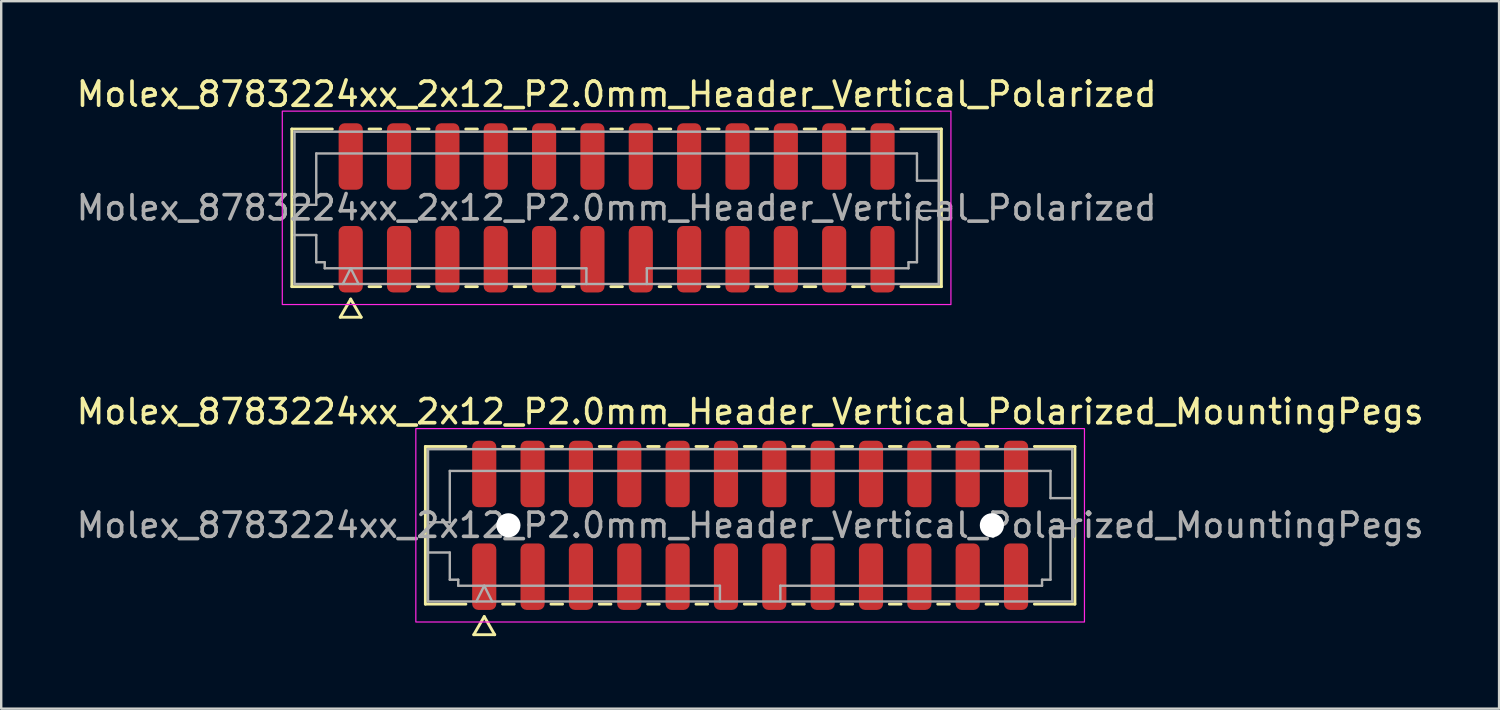
<source format=kicad_pcb>
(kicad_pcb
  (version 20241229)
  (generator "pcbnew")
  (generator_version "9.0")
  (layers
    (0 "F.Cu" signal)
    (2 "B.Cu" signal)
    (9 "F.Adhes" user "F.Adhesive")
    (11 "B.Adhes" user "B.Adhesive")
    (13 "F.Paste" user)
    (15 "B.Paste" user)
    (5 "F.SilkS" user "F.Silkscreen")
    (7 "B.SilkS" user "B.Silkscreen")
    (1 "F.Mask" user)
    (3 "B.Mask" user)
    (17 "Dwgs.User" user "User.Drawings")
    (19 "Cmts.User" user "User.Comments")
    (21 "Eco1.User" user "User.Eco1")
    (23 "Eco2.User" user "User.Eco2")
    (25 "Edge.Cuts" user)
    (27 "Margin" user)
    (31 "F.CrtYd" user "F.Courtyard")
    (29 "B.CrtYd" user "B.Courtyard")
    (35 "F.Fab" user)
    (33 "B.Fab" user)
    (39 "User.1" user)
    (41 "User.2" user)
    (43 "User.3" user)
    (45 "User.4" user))
  (footprint "Molex_8783224xx_2x12_P2.0mm_Header_Vertical_Polarized_MountingPegs"
    (layer "F.Cu")
    (at 27.982 18.681)
    (property "Reference" "Molex_8783224xx_2x12_P2.0mm_Header_Vertical_Polarized_MountingPegs" (at 0 -4.7 0) (layer "F.SilkS") (effects (font (size 1 1) (thickness 0.15))))
    (attr smd)
    (fp_line (start -13.435 -3.26) (end -11.76 -3.26) (stroke (width 0.12) (type solid)) (layer "F.SilkS"))
    (fp_line (start -13.435 3.26) (end -13.435 -3.26) (stroke (width 0.12) (type solid)) (layer "F.SilkS"))
    (fp_line (start -11.76 3.26) (end -13.435 3.26) (stroke (width 0.12) (type solid)) (layer "F.SilkS"))
    (fp_line (start -11.433 4.525) (end -11 3.775) (stroke (width 0.12) (type solid)) (layer "F.SilkS"))
    (fp_line (start -11 3.775) (end -10.567 4.525) (stroke (width 0.12) (type solid)) (layer "F.SilkS"))
    (fp_line (start -10.567 4.525) (end -11.433 4.525) (stroke (width 0.12) (type solid)) (layer "F.SilkS"))
    (fp_line (start -10.24 -3.26) (end -9.76 -3.26) (stroke (width 0.12) (type solid)) (layer "F.SilkS"))
    (fp_line (start -9.76 3.26) (end -10.24 3.26) (stroke (width 0.12) (type solid)) (layer "F.SilkS"))
    (fp_line (start -8.24 -3.26) (end -7.76 -3.26) (stroke (width 0.12) (type solid)) (layer "F.SilkS"))
    (fp_line (start -7.76 3.26) (end -8.24 3.26) (stroke (width 0.12) (type solid)) (layer "F.SilkS"))
    (fp_line (start -6.24 -3.26) (end -5.76 -3.26) (stroke (width 0.12) (type solid)) (layer "F.SilkS"))
    (fp_line (start -5.76 3.26) (end -6.24 3.26) (stroke (width 0.12) (type solid)) (layer "F.SilkS"))
    (fp_line (start -4.24 -3.26) (end -3.76 -3.26) (stroke (width 0.12) (type solid)) (layer "F.SilkS"))
    (fp_line (start -3.76 3.26) (end -4.24 3.26) (stroke (width 0.12) (type solid)) (layer "F.SilkS"))
    (fp_line (start -2.24 -3.26) (end -1.76 -3.26) (stroke (width 0.12) (type solid)) (layer "F.SilkS"))
    (fp_line (start -1.76 3.26) (end -2.24 3.26) (stroke (width 0.12) (type solid)) (layer "F.SilkS"))
    (fp_line (start -0.24 -3.26) (end 0.24 -3.26) (stroke (width 0.12) (type solid)) (layer "F.SilkS"))
    (fp_line (start 0.24 3.26) (end -0.24 3.26) (stroke (width 0.12) (type solid)) (layer "F.SilkS"))
    (fp_line (start 1.76 -3.26) (end 2.24 -3.26) (stroke (width 0.12) (type solid)) (layer "F.SilkS"))
    (fp_line (start 2.24 3.26) (end 1.76 3.26) (stroke (width 0.12) (type solid)) (layer "F.SilkS"))
    (fp_line (start 3.76 -3.26) (end 4.24 -3.26) (stroke (width 0.12) (type solid)) (layer "F.SilkS"))
    (fp_line (start 4.24 3.26) (end 3.76 3.26) (stroke (width 0.12) (type solid)) (layer "F.SilkS"))
    (fp_line (start 5.76 -3.26) (end 6.24 -3.26) (stroke (width 0.12) (type solid)) (layer "F.SilkS"))
    (fp_line (start 6.24 3.26) (end 5.76 3.26) (stroke (width 0.12) (type solid)) (layer "F.SilkS"))
    (fp_line (start 7.76 -3.26) (end 8.24 -3.26) (stroke (width 0.12) (type solid)) (layer "F.SilkS"))
    (fp_line (start 8.24 3.26) (end 7.76 3.26) (stroke (width 0.12) (type solid)) (layer "F.SilkS"))
    (fp_line (start 9.76 -3.26) (end 10.24 -3.26) (stroke (width 0.12) (type solid)) (layer "F.SilkS"))
    (fp_line (start 10.24 3.26) (end 9.76 3.26) (stroke (width 0.12) (type solid)) (layer "F.SilkS"))
    (fp_line (start 11.76 -3.26) (end 13.435 -3.26) (stroke (width 0.12) (type solid)) (layer "F.SilkS"))
    (fp_line (start 13.435 -3.26) (end 13.435 3.26) (stroke (width 0.12) (type solid)) (layer "F.SilkS"))
    (fp_line (start 13.435 3.26) (end 11.76 3.26) (stroke (width 0.12) (type solid)) (layer "F.SilkS"))
    (fp_rect (start -13.83 -4) (end 13.83 4) (stroke (width 0.05) (type solid)) (fill no) (layer "F.CrtYd"))
    (fp_line (start -13.325 -3.15) (end 13.325 -3.15) (stroke (width 0.1) (type solid)) (layer "F.Fab"))
    (fp_line (start -13.325 -0.125) (end -12.425 -0.125) (stroke (width 0.1) (type solid)) (layer "F.Fab"))
    (fp_line (start -13.325 1.125) (end -12.425 1.125) (stroke (width 0.1) (type solid)) (layer "F.Fab"))
    (fp_line (start -13.325 3.15) (end -13.325 -3.15) (stroke (width 0.1) (type solid)) (layer "F.Fab"))
    (fp_line (start -12.425 -2.25) (end 12.425 -2.25) (stroke (width 0.1) (type solid)) (layer "F.Fab"))
    (fp_line (start -12.425 -0.125) (end -12.425 -2.25) (stroke (width 0.1) (type solid)) (layer "F.Fab"))
    (fp_line (start -12.425 1.125) (end -12.425 2.25) (stroke (width 0.1) (type solid)) (layer "F.Fab"))
    (fp_line (start -12.425 2.25) (end -12.075 2.25) (stroke (width 0.1) (type solid)) (layer "F.Fab"))
    (fp_line (start -12.075 2.25) (end -12.075 2.5) (stroke (width 0.1) (type solid)) (layer "F.Fab"))
    (fp_line (start -12.075 2.5) (end -1.25 2.5) (stroke (width 0.1) (type solid)) (layer "F.Fab"))
    (fp_line (start -11.325 3.15) (end -11 2.5) (stroke (width 0.1) (type solid)) (layer "F.Fab"))
    (fp_line (start -11 2.5) (end -10.675 3.15) (stroke (width 0.1) (type solid)) (layer "F.Fab"))
    (fp_line (start -1.25 2.5) (end -1.25 3.15) (stroke (width 0.1) (type solid)) (layer "F.Fab"))
    (fp_line (start 1.25 2.5) (end 1.25 3.15) (stroke (width 0.1) (type solid)) (layer "F.Fab"))
    (fp_line (start 1.25 2.5) (end 12.075 2.5) (stroke (width 0.1) (type solid)) (layer "F.Fab"))
    (fp_line (start 12.075 2.25) (end 12.425 2.25) (stroke (width 0.1) (type solid)) (layer "F.Fab"))
    (fp_line (start 12.075 2.5) (end 12.075 2.25) (stroke (width 0.1) (type solid)) (layer "F.Fab"))
    (fp_line (start 12.425 -2.25) (end 12.425 -1.125) (stroke (width 0.1) (type solid)) (layer "F.Fab"))
    (fp_line (start 12.425 -1.125) (end 13.325 -1.125) (stroke (width 0.1) (type solid)) (layer "F.Fab"))
    (fp_line (start 12.425 0.125) (end 13.325 0.125) (stroke (width 0.1) (type solid)) (layer "F.Fab"))
    (fp_line (start 12.425 2.25) (end 12.425 0.125) (stroke (width 0.1) (type solid)) (layer "F.Fab"))
    (fp_line (start 13.325 -3.15) (end 13.325 3.15) (stroke (width 0.1) (type solid)) (layer "F.Fab"))
    (fp_line (start 13.325 3.15) (end -13.325 3.15) (stroke (width 0.1) (type solid)) (layer "F.Fab"))
    (fp_text user "${REFERENCE}" (at 0 0 0) (layer "F.Fab") (effects (font (size 1 1) (thickness 0.15))))
    (pad "" np_thru_hole circle (at -10 0) (size 1 1) (drill 1) (layers "*.Cu" "*.Mask"))
    (pad "" np_thru_hole circle (at 10 0) (size 1 1) (drill 1) (layers "*.Cu" "*.Mask"))
    (pad "1" smd roundrect (at -11 2.125) (size 1 2.75) (layers "F.Cu" "F.Mask" "F.Paste") (roundrect_rratio 0.25))
    (pad "2" smd roundrect (at -11 -2.125) (size 1 2.75) (layers "F.Cu" "F.Mask" "F.Paste") (roundrect_rratio 0.25))
    (pad "3" smd roundrect (at -9 2.125) (size 1 2.75) (layers "F.Cu" "F.Mask" "F.Paste") (roundrect_rratio 0.25))
    (pad "4" smd roundrect (at -9 -2.125) (size 1 2.75) (layers "F.Cu" "F.Mask" "F.Paste") (roundrect_rratio 0.25))
    (pad "5" smd roundrect (at -7 2.125) (size 1 2.75) (layers "F.Cu" "F.Mask" "F.Paste") (roundrect_rratio 0.25))
    (pad "6" smd roundrect (at -7 -2.125) (size 1 2.75) (layers "F.Cu" "F.Mask" "F.Paste") (roundrect_rratio 0.25))
    (pad "7" smd roundrect (at -5 2.125) (size 1 2.75) (layers "F.Cu" "F.Mask" "F.Paste") (roundrect_rratio 0.25))
    (pad "8" smd roundrect (at -5 -2.125) (size 1 2.75) (layers "F.Cu" "F.Mask" "F.Paste") (roundrect_rratio 0.25))
    (pad "9" smd roundrect (at -3 2.125) (size 1 2.75) (layers "F.Cu" "F.Mask" "F.Paste") (roundrect_rratio 0.25))
    (pad "10" smd roundrect (at -3 -2.125) (size 1 2.75) (layers "F.Cu" "F.Mask" "F.Paste") (roundrect_rratio 0.25))
    (pad "11" smd roundrect (at -1 2.125) (size 1 2.75) (layers "F.Cu" "F.Mask" "F.Paste") (roundrect_rratio 0.25))
    (pad "12" smd roundrect (at -1 -2.125) (size 1 2.75) (layers "F.Cu" "F.Mask" "F.Paste") (roundrect_rratio 0.25))
    (pad "13" smd roundrect (at 1 2.125) (size 1 2.75) (layers "F.Cu" "F.Mask" "F.Paste") (roundrect_rratio 0.25))
    (pad "14" smd roundrect (at 1 -2.125) (size 1 2.75) (layers "F.Cu" "F.Mask" "F.Paste") (roundrect_rratio 0.25))
    (pad "15" smd roundrect (at 3 2.125) (size 1 2.75) (layers "F.Cu" "F.Mask" "F.Paste") (roundrect_rratio 0.25))
    (pad "16" smd roundrect (at 3 -2.125) (size 1 2.75) (layers "F.Cu" "F.Mask" "F.Paste") (roundrect_rratio 0.25))
    (pad "17" smd roundrect (at 5 2.125) (size 1 2.75) (layers "F.Cu" "F.Mask" "F.Paste") (roundrect_rratio 0.25))
    (pad "18" smd roundrect (at 5 -2.125) (size 1 2.75) (layers "F.Cu" "F.Mask" "F.Paste") (roundrect_rratio 0.25))
    (pad "19" smd roundrect (at 7 2.125) (size 1 2.75) (layers "F.Cu" "F.Mask" "F.Paste") (roundrect_rratio 0.25))
    (pad "20" smd roundrect (at 7 -2.125) (size 1 2.75) (layers "F.Cu" "F.Mask" "F.Paste") (roundrect_rratio 0.25))
    (pad "21" smd roundrect (at 9 2.125) (size 1 2.75) (layers "F.Cu" "F.Mask" "F.Paste") (roundrect_rratio 0.25))
    (pad "22" smd roundrect (at 9 -2.125) (size 1 2.75) (layers "F.Cu" "F.Mask" "F.Paste") (roundrect_rratio 0.25))
    (pad "23" smd roundrect (at 11 2.125) (size 1 2.75) (layers "F.Cu" "F.Mask" "F.Paste") (roundrect_rratio 0.25))
    (pad "24" smd roundrect (at 11 -2.125) (size 1 2.75) (layers "F.Cu" "F.Mask" "F.Paste") (roundrect_rratio 0.25)))
  (footprint "Molex_8783224xx_2x12_P2.0mm_Header_Vertical_Polarized"
    (layer "F.Cu")
    (at 22.458 5.548)
    (property "Reference" "Molex_8783224xx_2x12_P2.0mm_Header_Vertical_Polarized" (at 0 -4.7 0) (layer "F.SilkS") (effects (font (size 1 1) (thickness 0.15))))
    (attr smd)
    (fp_line (start -13.435 -3.26) (end -11.76 -3.26) (stroke (width 0.12) (type solid)) (layer "F.SilkS"))
    (fp_line (start -13.435 3.26) (end -13.435 -3.26) (stroke (width 0.12) (type solid)) (layer "F.SilkS"))
    (fp_line (start -11.76 3.26) (end -13.435 3.26) (stroke (width 0.12) (type solid)) (layer "F.SilkS"))
    (fp_line (start -11.433 4.525) (end -11 3.775) (stroke (width 0.12) (type solid)) (layer "F.SilkS"))
    (fp_line (start -11 3.775) (end -10.567 4.525) (stroke (width 0.12) (type solid)) (layer "F.SilkS"))
    (fp_line (start -10.567 4.525) (end -11.433 4.525) (stroke (width 0.12) (type solid)) (layer "F.SilkS"))
    (fp_line (start -10.24 -3.26) (end -9.76 -3.26) (stroke (width 0.12) (type solid)) (layer "F.SilkS"))
    (fp_line (start -9.76 3.26) (end -10.24 3.26) (stroke (width 0.12) (type solid)) (layer "F.SilkS"))
    (fp_line (start -8.24 -3.26) (end -7.76 -3.26) (stroke (width 0.12) (type solid)) (layer "F.SilkS"))
    (fp_line (start -7.76 3.26) (end -8.24 3.26) (stroke (width 0.12) (type solid)) (layer "F.SilkS"))
    (fp_line (start -6.24 -3.26) (end -5.76 -3.26) (stroke (width 0.12) (type solid)) (layer "F.SilkS"))
    (fp_line (start -5.76 3.26) (end -6.24 3.26) (stroke (width 0.12) (type solid)) (layer "F.SilkS"))
    (fp_line (start -4.24 -3.26) (end -3.76 -3.26) (stroke (width 0.12) (type solid)) (layer "F.SilkS"))
    (fp_line (start -3.76 3.26) (end -4.24 3.26) (stroke (width 0.12) (type solid)) (layer "F.SilkS"))
    (fp_line (start -2.24 -3.26) (end -1.76 -3.26) (stroke (width 0.12) (type solid)) (layer "F.SilkS"))
    (fp_line (start -1.76 3.26) (end -2.24 3.26) (stroke (width 0.12) (type solid)) (layer "F.SilkS"))
    (fp_line (start -0.24 -3.26) (end 0.24 -3.26) (stroke (width 0.12) (type solid)) (layer "F.SilkS"))
    (fp_line (start 0.24 3.26) (end -0.24 3.26) (stroke (width 0.12) (type solid)) (layer "F.SilkS"))
    (fp_line (start 1.76 -3.26) (end 2.24 -3.26) (stroke (width 0.12) (type solid)) (layer "F.SilkS"))
    (fp_line (start 2.24 3.26) (end 1.76 3.26) (stroke (width 0.12) (type solid)) (layer "F.SilkS"))
    (fp_line (start 3.76 -3.26) (end 4.24 -3.26) (stroke (width 0.12) (type solid)) (layer "F.SilkS"))
    (fp_line (start 4.24 3.26) (end 3.76 3.26) (stroke (width 0.12) (type solid)) (layer "F.SilkS"))
    (fp_line (start 5.76 -3.26) (end 6.24 -3.26) (stroke (width 0.12) (type solid)) (layer "F.SilkS"))
    (fp_line (start 6.24 3.26) (end 5.76 3.26) (stroke (width 0.12) (type solid)) (layer "F.SilkS"))
    (fp_line (start 7.76 -3.26) (end 8.24 -3.26) (stroke (width 0.12) (type solid)) (layer "F.SilkS"))
    (fp_line (start 8.24 3.26) (end 7.76 3.26) (stroke (width 0.12) (type solid)) (layer "F.SilkS"))
    (fp_line (start 9.76 -3.26) (end 10.24 -3.26) (stroke (width 0.12) (type solid)) (layer "F.SilkS"))
    (fp_line (start 10.24 3.26) (end 9.76 3.26) (stroke (width 0.12) (type solid)) (layer "F.SilkS"))
    (fp_line (start 11.76 -3.26) (end 13.435 -3.26) (stroke (width 0.12) (type solid)) (layer "F.SilkS"))
    (fp_line (start 13.435 -3.26) (end 13.435 3.26) (stroke (width 0.12) (type solid)) (layer "F.SilkS"))
    (fp_line (start 13.435 3.26) (end 11.76 3.26) (stroke (width 0.12) (type solid)) (layer "F.SilkS"))
    (fp_rect (start -13.83 -4) (end 13.83 4) (stroke (width 0.05) (type solid)) (fill no) (layer "F.CrtYd"))
    (fp_line (start -13.325 -3.15) (end 13.325 -3.15) (stroke (width 0.1) (type solid)) (layer "F.Fab"))
    (fp_line (start -13.325 -0.125) (end -12.425 -0.125) (stroke (width 0.1) (type solid)) (layer "F.Fab"))
    (fp_line (start -13.325 1.125) (end -12.425 1.125) (stroke (width 0.1) (type solid)) (layer "F.Fab"))
    (fp_line (start -13.325 3.15) (end -13.325 -3.15) (stroke (width 0.1) (type solid)) (layer "F.Fab"))
    (fp_line (start -12.425 -2.25) (end 12.425 -2.25) (stroke (width 0.1) (type solid)) (layer "F.Fab"))
    (fp_line (start -12.425 -0.125) (end -12.425 -2.25) (stroke (width 0.1) (type solid)) (layer "F.Fab"))
    (fp_line (start -12.425 1.125) (end -12.425 2.25) (stroke (width 0.1) (type solid)) (layer "F.Fab"))
    (fp_line (start -12.425 2.25) (end -12.075 2.25) (stroke (width 0.1) (type solid)) (layer "F.Fab"))
    (fp_line (start -12.075 2.25) (end -12.075 2.5) (stroke (width 0.1) (type solid)) (layer "F.Fab"))
    (fp_line (start -12.075 2.5) (end -1.25 2.5) (stroke (width 0.1) (type solid)) (layer "F.Fab"))
    (fp_line (start -11.325 3.15) (end -11 2.5) (stroke (width 0.1) (type solid)) (layer "F.Fab"))
    (fp_line (start -11 2.5) (end -10.675 3.15) (stroke (width 0.1) (type solid)) (layer "F.Fab"))
    (fp_line (start -1.25 2.5) (end -1.25 3.15) (stroke (width 0.1) (type solid)) (layer "F.Fab"))
    (fp_line (start 1.25 2.5) (end 1.25 3.15) (stroke (width 0.1) (type solid)) (layer "F.Fab"))
    (fp_line (start 1.25 2.5) (end 12.075 2.5) (stroke (width 0.1) (type solid)) (layer "F.Fab"))
    (fp_line (start 12.075 2.25) (end 12.425 2.25) (stroke (width 0.1) (type solid)) (layer "F.Fab"))
    (fp_line (start 12.075 2.5) (end 12.075 2.25) (stroke (width 0.1) (type solid)) (layer "F.Fab"))
    (fp_line (start 12.425 -2.25) (end 12.425 -1.125) (stroke (width 0.1) (type solid)) (layer "F.Fab"))
    (fp_line (start 12.425 -1.125) (end 13.325 -1.125) (stroke (width 0.1) (type solid)) (layer "F.Fab"))
    (fp_line (start 12.425 0.125) (end 13.325 0.125) (stroke (width 0.1) (type solid)) (layer "F.Fab"))
    (fp_line (start 12.425 2.25) (end 12.425 0.125) (stroke (width 0.1) (type solid)) (layer "F.Fab"))
    (fp_line (start 13.325 -3.15) (end 13.325 3.15) (stroke (width 0.1) (type solid)) (layer "F.Fab"))
    (fp_line (start 13.325 3.15) (end -13.325 3.15) (stroke (width 0.1) (type solid)) (layer "F.Fab"))
    (fp_text user "${REFERENCE}" (at 0 0 0) (layer "F.Fab") (effects (font (size 1 1) (thickness 0.15))))
    (pad "1" smd roundrect (at -11 2.125) (size 1 2.75) (layers "F.Cu" "F.Mask" "F.Paste") (roundrect_rratio 0.25))
    (pad "2" smd roundrect (at -11 -2.125) (size 1 2.75) (layers "F.Cu" "F.Mask" "F.Paste") (roundrect_rratio 0.25))
    (pad "3" smd roundrect (at -9 2.125) (size 1 2.75) (layers "F.Cu" "F.Mask" "F.Paste") (roundrect_rratio 0.25))
    (pad "4" smd roundrect (at -9 -2.125) (size 1 2.75) (layers "F.Cu" "F.Mask" "F.Paste") (roundrect_rratio 0.25))
    (pad "5" smd roundrect (at -7 2.125) (size 1 2.75) (layers "F.Cu" "F.Mask" "F.Paste") (roundrect_rratio 0.25))
    (pad "6" smd roundrect (at -7 -2.125) (size 1 2.75) (layers "F.Cu" "F.Mask" "F.Paste") (roundrect_rratio 0.25))
    (pad "7" smd roundrect (at -5 2.125) (size 1 2.75) (layers "F.Cu" "F.Mask" "F.Paste") (roundrect_rratio 0.25))
    (pad "8" smd roundrect (at -5 -2.125) (size 1 2.75) (layers "F.Cu" "F.Mask" "F.Paste") (roundrect_rratio 0.25))
    (pad "9" smd roundrect (at -3 2.125) (size 1 2.75) (layers "F.Cu" "F.Mask" "F.Paste") (roundrect_rratio 0.25))
    (pad "10" smd roundrect (at -3 -2.125) (size 1 2.75) (layers "F.Cu" "F.Mask" "F.Paste") (roundrect_rratio 0.25))
    (pad "11" smd roundrect (at -1 2.125) (size 1 2.75) (layers "F.Cu" "F.Mask" "F.Paste") (roundrect_rratio 0.25))
    (pad "12" smd roundrect (at -1 -2.125) (size 1 2.75) (layers "F.Cu" "F.Mask" "F.Paste") (roundrect_rratio 0.25))
    (pad "13" smd roundrect (at 1 2.125) (size 1 2.75) (layers "F.Cu" "F.Mask" "F.Paste") (roundrect_rratio 0.25))
    (pad "14" smd roundrect (at 1 -2.125) (size 1 2.75) (layers "F.Cu" "F.Mask" "F.Paste") (roundrect_rratio 0.25))
    (pad "15" smd roundrect (at 3 2.125) (size 1 2.75) (layers "F.Cu" "F.Mask" "F.Paste") (roundrect_rratio 0.25))
    (pad "16" smd roundrect (at 3 -2.125) (size 1 2.75) (layers "F.Cu" "F.Mask" "F.Paste") (roundrect_rratio 0.25))
    (pad "17" smd roundrect (at 5 2.125) (size 1 2.75) (layers "F.Cu" "F.Mask" "F.Paste") (roundrect_rratio 0.25))
    (pad "18" smd roundrect (at 5 -2.125) (size 1 2.75) (layers "F.Cu" "F.Mask" "F.Paste") (roundrect_rratio 0.25))
    (pad "19" smd roundrect (at 7 2.125) (size 1 2.75) (layers "F.Cu" "F.Mask" "F.Paste") (roundrect_rratio 0.25))
    (pad "20" smd roundrect (at 7 -2.125) (size 1 2.75) (layers "F.Cu" "F.Mask" "F.Paste") (roundrect_rratio 0.25))
    (pad "21" smd roundrect (at 9 2.125) (size 1 2.75) (layers "F.Cu" "F.Mask" "F.Paste") (roundrect_rratio 0.25))
    (pad "22" smd roundrect (at 9 -2.125) (size 1 2.75) (layers "F.Cu" "F.Mask" "F.Paste") (roundrect_rratio 0.25))
    (pad "23" smd roundrect (at 11 2.125) (size 1 2.75) (layers "F.Cu" "F.Mask" "F.Paste") (roundrect_rratio 0.25))
    (pad "24" smd roundrect (at 11 -2.125) (size 1 2.75) (layers "F.Cu" "F.Mask" "F.Paste") (roundrect_rratio 0.25)))
  (gr_rect
    (start -3 -3)
    (end 58.964 26.267)
    (stroke (width 0.1) (type default))
    (fill no)
    (layer "Edge.Cuts")))
</source>
